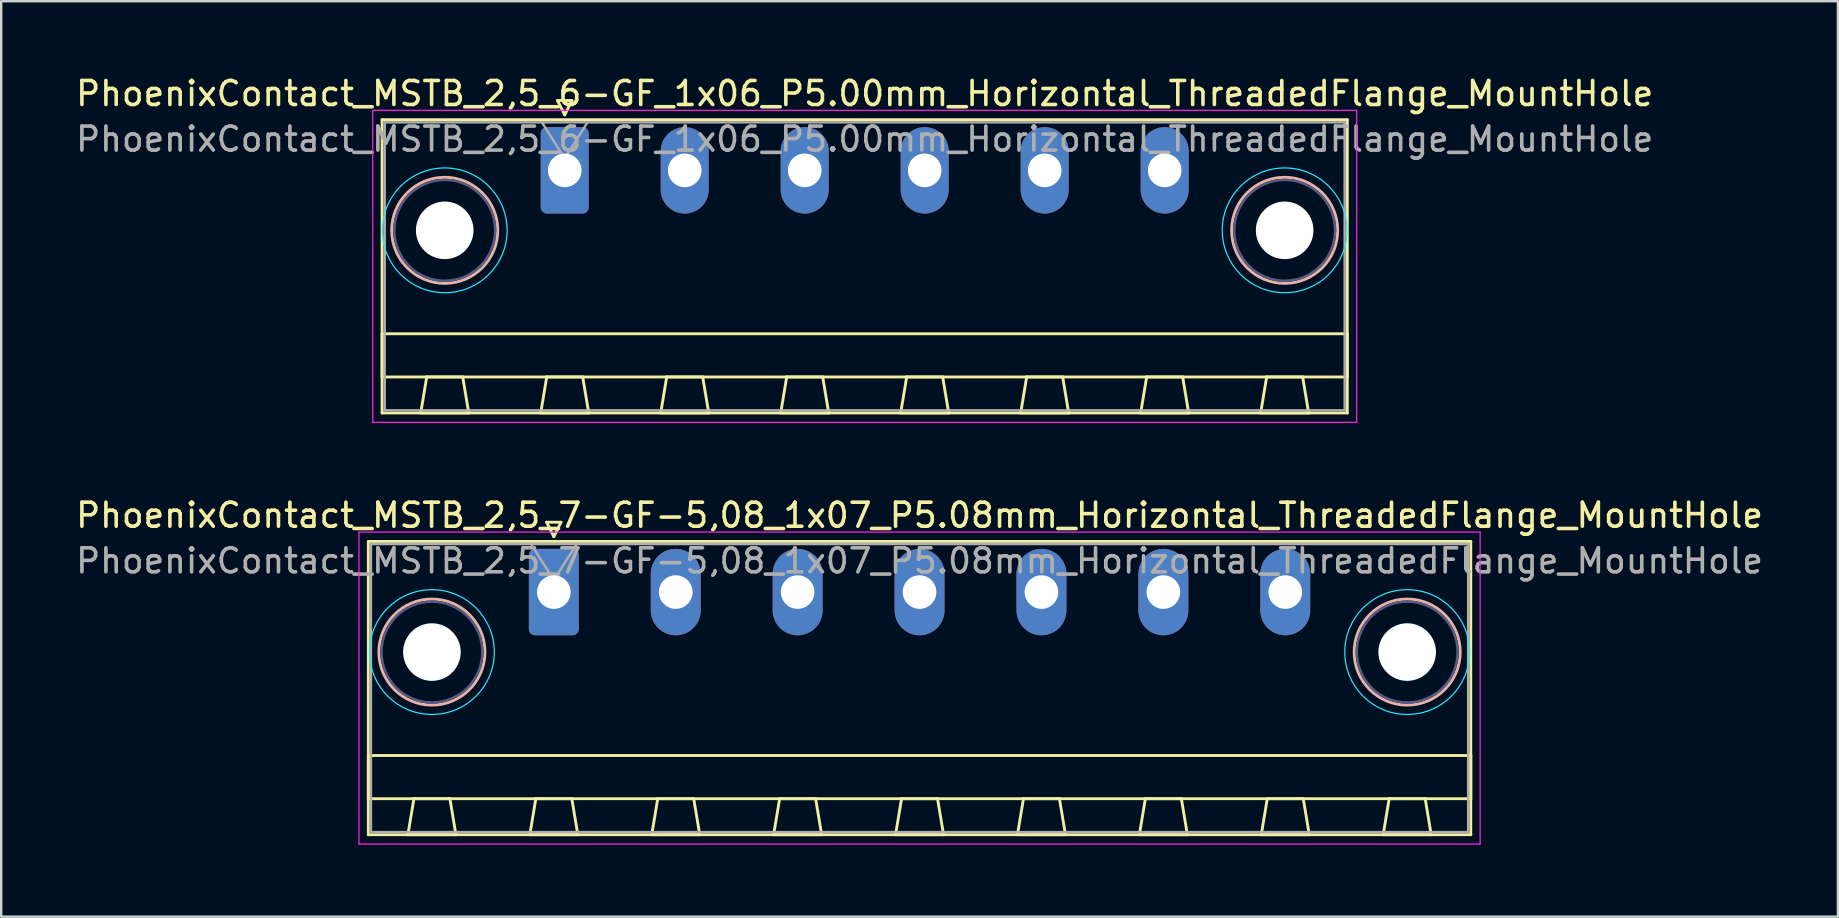
<source format=kicad_pcb>
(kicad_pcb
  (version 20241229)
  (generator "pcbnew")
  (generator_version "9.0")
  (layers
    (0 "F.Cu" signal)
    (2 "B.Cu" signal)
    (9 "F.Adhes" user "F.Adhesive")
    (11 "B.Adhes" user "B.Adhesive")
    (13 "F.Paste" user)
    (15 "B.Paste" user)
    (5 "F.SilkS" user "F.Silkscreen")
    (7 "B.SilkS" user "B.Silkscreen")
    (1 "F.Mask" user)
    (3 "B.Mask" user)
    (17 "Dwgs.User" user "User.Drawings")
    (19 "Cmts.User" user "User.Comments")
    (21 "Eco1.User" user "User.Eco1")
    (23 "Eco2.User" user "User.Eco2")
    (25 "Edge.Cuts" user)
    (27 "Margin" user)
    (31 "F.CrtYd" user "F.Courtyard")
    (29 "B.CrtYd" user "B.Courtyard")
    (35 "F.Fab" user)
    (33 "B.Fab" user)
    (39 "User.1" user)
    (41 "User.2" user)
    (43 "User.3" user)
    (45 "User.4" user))
  (footprint "PhoenixContact_MSTB_2,5_7-GF-5,08_1x07_P5.08mm_Horizontal_ThreadedFlange_MountHole"
    (layer "F.Cu")
    (at 20.028 21.622)
    (property "Reference" "PhoenixContact_MSTB_2,5_7-GF-5,08_1x07_P5.08mm_Horizontal_ThreadedFlange_MountHole" (at 15.24 -3.2 0) (layer "F.SilkS") (effects (font (size 1 1) (thickness 0.15))))
    (attr through_hole)
    (fp_line (start -7.73 -2.11) (end -7.73 10.11) (stroke (width 0.12) (type solid)) (layer "F.SilkS"))
    (fp_line (start -7.73 6.81) (end 38.21 6.81) (stroke (width 0.12) (type solid)) (layer "F.SilkS"))
    (fp_line (start -7.73 8.61) (end -7.73 6.81) (stroke (width 0.12) (type solid)) (layer "F.SilkS"))
    (fp_line (start -7.73 10.11) (end 38.21 10.11) (stroke (width 0.12) (type solid)) (layer "F.SilkS"))
    (fp_line (start -6.08 10.11) (end -4.08 10.11) (stroke (width 0.12) (type solid)) (layer "F.SilkS"))
    (fp_line (start -5.83 8.61) (end -6.08 10.11) (stroke (width 0.12) (type solid)) (layer "F.SilkS"))
    (fp_line (start -4.33 8.61) (end -5.83 8.61) (stroke (width 0.12) (type solid)) (layer "F.SilkS"))
    (fp_line (start -4.08 10.11) (end -4.33 8.61) (stroke (width 0.12) (type solid)) (layer "F.SilkS"))
    (fp_line (start -1 10.11) (end 1 10.11) (stroke (width 0.12) (type solid)) (layer "F.SilkS"))
    (fp_line (start -0.75 8.61) (end -1 10.11) (stroke (width 0.12) (type solid)) (layer "F.SilkS"))
    (fp_line (start -0.3 -2.91) (end 0.3 -2.91) (stroke (width 0.12) (type solid)) (layer "F.SilkS"))
    (fp_line (start 0 -2.31) (end -0.3 -2.91) (stroke (width 0.12) (type solid)) (layer "F.SilkS"))
    (fp_line (start 0.3 -2.91) (end 0 -2.31) (stroke (width 0.12) (type solid)) (layer "F.SilkS"))
    (fp_line (start 0.75 8.61) (end -0.75 8.61) (stroke (width 0.12) (type solid)) (layer "F.SilkS"))
    (fp_line (start 1 10.11) (end 0.75 8.61) (stroke (width 0.12) (type solid)) (layer "F.SilkS"))
    (fp_line (start 4.08 10.11) (end 6.08 10.11) (stroke (width 0.12) (type solid)) (layer "F.SilkS"))
    (fp_line (start 4.33 8.61) (end 4.08 10.11) (stroke (width 0.12) (type solid)) (layer "F.SilkS"))
    (fp_line (start 5.83 8.61) (end 4.33 8.61) (stroke (width 0.12) (type solid)) (layer "F.SilkS"))
    (fp_line (start 6.08 10.11) (end 5.83 8.61) (stroke (width 0.12) (type solid)) (layer "F.SilkS"))
    (fp_line (start 9.16 10.11) (end 11.16 10.11) (stroke (width 0.12) (type solid)) (layer "F.SilkS"))
    (fp_line (start 9.41 8.61) (end 9.16 10.11) (stroke (width 0.12) (type solid)) (layer "F.SilkS"))
    (fp_line (start 10.91 8.61) (end 9.41 8.61) (stroke (width 0.12) (type solid)) (layer "F.SilkS"))
    (fp_line (start 11.16 10.11) (end 10.91 8.61) (stroke (width 0.12) (type solid)) (layer "F.SilkS"))
    (fp_line (start 14.24 10.11) (end 16.24 10.11) (stroke (width 0.12) (type solid)) (layer "F.SilkS"))
    (fp_line (start 14.49 8.61) (end 14.24 10.11) (stroke (width 0.12) (type solid)) (layer "F.SilkS"))
    (fp_line (start 15.99 8.61) (end 14.49 8.61) (stroke (width 0.12) (type solid)) (layer "F.SilkS"))
    (fp_line (start 16.24 10.11) (end 15.99 8.61) (stroke (width 0.12) (type solid)) (layer "F.SilkS"))
    (fp_line (start 19.32 10.11) (end 21.32 10.11) (stroke (width 0.12) (type solid)) (layer "F.SilkS"))
    (fp_line (start 19.57 8.61) (end 19.32 10.11) (stroke (width 0.12) (type solid)) (layer "F.SilkS"))
    (fp_line (start 21.07 8.61) (end 19.57 8.61) (stroke (width 0.12) (type solid)) (layer "F.SilkS"))
    (fp_line (start 21.32 10.11) (end 21.07 8.61) (stroke (width 0.12) (type solid)) (layer "F.SilkS"))
    (fp_line (start 24.4 10.11) (end 26.4 10.11) (stroke (width 0.12) (type solid)) (layer "F.SilkS"))
    (fp_line (start 24.65 8.61) (end 24.4 10.11) (stroke (width 0.12) (type solid)) (layer "F.SilkS"))
    (fp_line (start 26.15 8.61) (end 24.65 8.61) (stroke (width 0.12) (type solid)) (layer "F.SilkS"))
    (fp_line (start 26.4 10.11) (end 26.15 8.61) (stroke (width 0.12) (type solid)) (layer "F.SilkS"))
    (fp_line (start 29.48 10.11) (end 31.48 10.11) (stroke (width 0.12) (type solid)) (layer "F.SilkS"))
    (fp_line (start 29.73 8.61) (end 29.48 10.11) (stroke (width 0.12) (type solid)) (layer "F.SilkS"))
    (fp_line (start 31.23 8.61) (end 29.73 8.61) (stroke (width 0.12) (type solid)) (layer "F.SilkS"))
    (fp_line (start 31.48 10.11) (end 31.23 8.61) (stroke (width 0.12) (type solid)) (layer "F.SilkS"))
    (fp_line (start 34.56 10.11) (end 36.56 10.11) (stroke (width 0.12) (type solid)) (layer "F.SilkS"))
    (fp_line (start 34.81 8.61) (end 34.56 10.11) (stroke (width 0.12) (type solid)) (layer "F.SilkS"))
    (fp_line (start 36.31 8.61) (end 34.81 8.61) (stroke (width 0.12) (type solid)) (layer "F.SilkS"))
    (fp_line (start 36.56 10.11) (end 36.31 8.61) (stroke (width 0.12) (type solid)) (layer "F.SilkS"))
    (fp_line (start 38.21 -2.11) (end -7.73 -2.11) (stroke (width 0.12) (type solid)) (layer "F.SilkS"))
    (fp_line (start 38.21 6.81) (end 38.21 8.61) (stroke (width 0.12) (type solid)) (layer "F.SilkS"))
    (fp_line (start 38.21 8.61) (end -7.73 8.61) (stroke (width 0.12) (type solid)) (layer "F.SilkS"))
    (fp_line (start 38.21 10.11) (end 38.21 -2.11) (stroke (width 0.12) (type solid)) (layer "F.SilkS"))
    (fp_circle (center -5.08 2.5) (end -2.87 2.5) (stroke (width 0.12) (type solid)) (fill no) (layer "B.SilkS"))
    (fp_circle (center 35.56 2.5) (end 37.77 2.5) (stroke (width 0.12) (type solid)) (fill no) (layer "B.SilkS"))
    (fp_circle (center -5.08 2.5) (end -2.48 2.5) (stroke (width 0.05) (type solid)) (fill no) (layer "B.CrtYd"))
    (fp_circle (center 35.56 2.5) (end 38.16 2.5) (stroke (width 0.05) (type solid)) (fill no) (layer "B.CrtYd"))
    (fp_line (start -8.12 -2.5) (end -8.12 10.5) (stroke (width 0.05) (type solid)) (layer "F.CrtYd"))
    (fp_line (start -8.12 10.5) (end 38.6 10.5) (stroke (width 0.05) (type solid)) (layer "F.CrtYd"))
    (fp_line (start 38.6 -2.5) (end -8.12 -2.5) (stroke (width 0.05) (type solid)) (layer "F.CrtYd"))
    (fp_line (start 38.6 10.5) (end 38.6 -2.5) (stroke (width 0.05) (type solid)) (layer "F.CrtYd"))
    (fp_circle (center -5.08 2.5) (end -2.98 2.5) (stroke (width 0.1) (type solid)) (fill no) (layer "B.Fab"))
    (fp_circle (center 35.56 2.5) (end 37.66 2.5) (stroke (width 0.1) (type solid)) (fill no) (layer "B.Fab"))
    (fp_line (start -7.62 -2) (end -7.62 10) (stroke (width 0.1) (type solid)) (layer "F.Fab"))
    (fp_line (start -7.62 10) (end 38.1 10) (stroke (width 0.1) (type solid)) (layer "F.Fab"))
    (fp_line (start 0 -0.5) (end -0.95 -2) (stroke (width 0.1) (type solid)) (layer "F.Fab"))
    (fp_line (start 0.95 -2) (end 0 -0.5) (stroke (width 0.1) (type solid)) (layer "F.Fab"))
    (fp_line (start 38.1 -2) (end -7.62 -2) (stroke (width 0.1) (type solid)) (layer "F.Fab"))
    (fp_line (start 38.1 10) (end 38.1 -2) (stroke (width 0.1) (type solid)) (layer "F.Fab"))
    (fp_text user "${REFERENCE}" (at 15.24 -1.3 0) (layer "F.Fab") (effects (font (size 1 1) (thickness 0.15))))
    (pad "" np_thru_hole circle (at -5.08 2.5) (size 2.4 2.4) (drill 2.4) (layers "*.Cu" "*.Mask"))
    (pad "" np_thru_hole circle (at 35.56 2.5) (size 2.4 2.4) (drill 2.4) (layers "*.Cu" "*.Mask"))
    (pad "1" thru_hole roundrect (at 0 0) (size 2.08 3.6) (drill 1.4) (layers "*.Cu" "*.Mask") (roundrect_rratio 0.12))
    (pad "2" thru_hole oval (at 5.08 0) (size 2.08 3.6) (drill 1.4) (layers "*.Cu" "*.Mask"))
    (pad "3" thru_hole oval (at 10.16 0) (size 2.08 3.6) (drill 1.4) (layers "*.Cu" "*.Mask"))
    (pad "4" thru_hole oval (at 15.24 0) (size 2.08 3.6) (drill 1.4) (layers "*.Cu" "*.Mask"))
    (pad "5" thru_hole oval (at 20.32 0) (size 2.08 3.6) (drill 1.4) (layers "*.Cu" "*.Mask"))
    (pad "6" thru_hole oval (at 25.4 0) (size 2.08 3.6) (drill 1.4) (layers "*.Cu" "*.Mask"))
    (pad "7" thru_hole oval (at 30.48 0) (size 2.08 3.6) (drill 1.4) (layers "*.Cu" "*.Mask")))
  (footprint "PhoenixContact_MSTB_2,5_6-GF_1x06_P5.00mm_Horizontal_ThreadedFlange_MountHole"
    (layer "F.Cu")
    (at 20.482 4.048)
    (property "Reference" "PhoenixContact_MSTB_2,5_6-GF_1x06_P5.00mm_Horizontal_ThreadedFlange_MountHole" (at 12.5 -3.2 0) (layer "F.SilkS") (effects (font (size 1 1) (thickness 0.15))))
    (attr through_hole)
    (fp_line (start -7.61 -2.11) (end -7.61 10.11) (stroke (width 0.12) (type solid)) (layer "F.SilkS"))
    (fp_line (start -7.61 6.81) (end 32.61 6.81) (stroke (width 0.12) (type solid)) (layer "F.SilkS"))
    (fp_line (start -7.61 8.61) (end -7.61 6.81) (stroke (width 0.12) (type solid)) (layer "F.SilkS"))
    (fp_line (start -7.61 10.11) (end 32.61 10.11) (stroke (width 0.12) (type solid)) (layer "F.SilkS"))
    (fp_line (start -6 10.11) (end -4 10.11) (stroke (width 0.12) (type solid)) (layer "F.SilkS"))
    (fp_line (start -5.75 8.61) (end -6 10.11) (stroke (width 0.12) (type solid)) (layer "F.SilkS"))
    (fp_line (start -4.25 8.61) (end -5.75 8.61) (stroke (width 0.12) (type solid)) (layer "F.SilkS"))
    (fp_line (start -4 10.11) (end -4.25 8.61) (stroke (width 0.12) (type solid)) (layer "F.SilkS"))
    (fp_line (start -1 10.11) (end 1 10.11) (stroke (width 0.12) (type solid)) (layer "F.SilkS"))
    (fp_line (start -0.75 8.61) (end -1 10.11) (stroke (width 0.12) (type solid)) (layer "F.SilkS"))
    (fp_line (start -0.3 -2.91) (end 0.3 -2.91) (stroke (width 0.12) (type solid)) (layer "F.SilkS"))
    (fp_line (start 0 -2.31) (end -0.3 -2.91) (stroke (width 0.12) (type solid)) (layer "F.SilkS"))
    (fp_line (start 0.3 -2.91) (end 0 -2.31) (stroke (width 0.12) (type solid)) (layer "F.SilkS"))
    (fp_line (start 0.75 8.61) (end -0.75 8.61) (stroke (width 0.12) (type solid)) (layer "F.SilkS"))
    (fp_line (start 1 10.11) (end 0.75 8.61) (stroke (width 0.12) (type solid)) (layer "F.SilkS"))
    (fp_line (start 4 10.11) (end 6 10.11) (stroke (width 0.12) (type solid)) (layer "F.SilkS"))
    (fp_line (start 4.25 8.61) (end 4 10.11) (stroke (width 0.12) (type solid)) (layer "F.SilkS"))
    (fp_line (start 5.75 8.61) (end 4.25 8.61) (stroke (width 0.12) (type solid)) (layer "F.SilkS"))
    (fp_line (start 6 10.11) (end 5.75 8.61) (stroke (width 0.12) (type solid)) (layer "F.SilkS"))
    (fp_line (start 9 10.11) (end 11 10.11) (stroke (width 0.12) (type solid)) (layer "F.SilkS"))
    (fp_line (start 9.25 8.61) (end 9 10.11) (stroke (width 0.12) (type solid)) (layer "F.SilkS"))
    (fp_line (start 10.75 8.61) (end 9.25 8.61) (stroke (width 0.12) (type solid)) (layer "F.SilkS"))
    (fp_line (start 11 10.11) (end 10.75 8.61) (stroke (width 0.12) (type solid)) (layer "F.SilkS"))
    (fp_line (start 14 10.11) (end 16 10.11) (stroke (width 0.12) (type solid)) (layer "F.SilkS"))
    (fp_line (start 14.25 8.61) (end 14 10.11) (stroke (width 0.12) (type solid)) (layer "F.SilkS"))
    (fp_line (start 15.75 8.61) (end 14.25 8.61) (stroke (width 0.12) (type solid)) (layer "F.SilkS"))
    (fp_line (start 16 10.11) (end 15.75 8.61) (stroke (width 0.12) (type solid)) (layer "F.SilkS"))
    (fp_line (start 19 10.11) (end 21 10.11) (stroke (width 0.12) (type solid)) (layer "F.SilkS"))
    (fp_line (start 19.25 8.61) (end 19 10.11) (stroke (width 0.12) (type solid)) (layer "F.SilkS"))
    (fp_line (start 20.75 8.61) (end 19.25 8.61) (stroke (width 0.12) (type solid)) (layer "F.SilkS"))
    (fp_line (start 21 10.11) (end 20.75 8.61) (stroke (width 0.12) (type solid)) (layer "F.SilkS"))
    (fp_line (start 24 10.11) (end 26 10.11) (stroke (width 0.12) (type solid)) (layer "F.SilkS"))
    (fp_line (start 24.25 8.61) (end 24 10.11) (stroke (width 0.12) (type solid)) (layer "F.SilkS"))
    (fp_line (start 25.75 8.61) (end 24.25 8.61) (stroke (width 0.12) (type solid)) (layer "F.SilkS"))
    (fp_line (start 26 10.11) (end 25.75 8.61) (stroke (width 0.12) (type solid)) (layer "F.SilkS"))
    (fp_line (start 29 10.11) (end 31 10.11) (stroke (width 0.12) (type solid)) (layer "F.SilkS"))
    (fp_line (start 29.25 8.61) (end 29 10.11) (stroke (width 0.12) (type solid)) (layer "F.SilkS"))
    (fp_line (start 30.75 8.61) (end 29.25 8.61) (stroke (width 0.12) (type solid)) (layer "F.SilkS"))
    (fp_line (start 31 10.11) (end 30.75 8.61) (stroke (width 0.12) (type solid)) (layer "F.SilkS"))
    (fp_line (start 32.61 -2.11) (end -7.61 -2.11) (stroke (width 0.12) (type solid)) (layer "F.SilkS"))
    (fp_line (start 32.61 6.81) (end 32.61 8.61) (stroke (width 0.12) (type solid)) (layer "F.SilkS"))
    (fp_line (start 32.61 8.61) (end -7.61 8.61) (stroke (width 0.12) (type solid)) (layer "F.SilkS"))
    (fp_line (start 32.61 10.11) (end 32.61 -2.11) (stroke (width 0.12) (type solid)) (layer "F.SilkS"))
    (fp_circle (center -5 2.5) (end -2.79 2.5) (stroke (width 0.12) (type solid)) (fill no) (layer "B.SilkS"))
    (fp_circle (center 30 2.5) (end 32.21 2.5) (stroke (width 0.12) (type solid)) (fill no) (layer "B.SilkS"))
    (fp_circle (center -5 2.5) (end -2.4 2.5) (stroke (width 0.05) (type solid)) (fill no) (layer "B.CrtYd"))
    (fp_circle (center 30 2.5) (end 32.6 2.5) (stroke (width 0.05) (type solid)) (fill no) (layer "B.CrtYd"))
    (fp_line (start -8 -2.5) (end -8 10.5) (stroke (width 0.05) (type solid)) (layer "F.CrtYd"))
    (fp_line (start -8 10.5) (end 33 10.5) (stroke (width 0.05) (type solid)) (layer "F.CrtYd"))
    (fp_line (start 33 -2.5) (end -8 -2.5) (stroke (width 0.05) (type solid)) (layer "F.CrtYd"))
    (fp_line (start 33 10.5) (end 33 -2.5) (stroke (width 0.05) (type solid)) (layer "F.CrtYd"))
    (fp_circle (center -5 2.5) (end -2.9 2.5) (stroke (width 0.1) (type solid)) (fill no) (layer "B.Fab"))
    (fp_circle (center 30 2.5) (end 32.1 2.5) (stroke (width 0.1) (type solid)) (fill no) (layer "B.Fab"))
    (fp_line (start -7.5 -2) (end -7.5 10) (stroke (width 0.1) (type solid)) (layer "F.Fab"))
    (fp_line (start -7.5 10) (end 32.5 10) (stroke (width 0.1) (type solid)) (layer "F.Fab"))
    (fp_line (start 0 -0.5) (end -0.95 -2) (stroke (width 0.1) (type solid)) (layer "F.Fab"))
    (fp_line (start 0.95 -2) (end 0 -0.5) (stroke (width 0.1) (type solid)) (layer "F.Fab"))
    (fp_line (start 32.5 -2) (end -7.5 -2) (stroke (width 0.1) (type solid)) (layer "F.Fab"))
    (fp_line (start 32.5 10) (end 32.5 -2) (stroke (width 0.1) (type solid)) (layer "F.Fab"))
    (fp_text user "${REFERENCE}" (at 12.5 -1.3 0) (layer "F.Fab") (effects (font (size 1 1) (thickness 0.15))))
    (pad "" np_thru_hole circle (at -5 2.5) (size 2.4 2.4) (drill 2.4) (layers "*.Cu" "*.Mask"))
    (pad "" np_thru_hole circle (at 30 2.5) (size 2.4 2.4) (drill 2.4) (layers "*.Cu" "*.Mask"))
    (pad "1" thru_hole roundrect (at 0 0) (size 2 3.6) (drill 1.4) (layers "*.Cu" "*.Mask") (roundrect_rratio 0.125))
    (pad "2" thru_hole oval (at 5 0) (size 2 3.6) (drill 1.4) (layers "*.Cu" "*.Mask"))
    (pad "3" thru_hole oval (at 10 0) (size 2 3.6) (drill 1.4) (layers "*.Cu" "*.Mask"))
    (pad "4" thru_hole oval (at 15 0) (size 2 3.6) (drill 1.4) (layers "*.Cu" "*.Mask"))
    (pad "5" thru_hole oval (at 20 0) (size 2 3.6) (drill 1.4) (layers "*.Cu" "*.Mask"))
    (pad "6" thru_hole oval (at 25 0) (size 2 3.6) (drill 1.4) (layers "*.Cu" "*.Mask")))
  (gr_rect
    (start -3 -3)
    (end 73.536 35.147)
    (stroke (width 0.1) (type default))
    (fill no)
    (layer "Edge.Cuts")))
</source>
